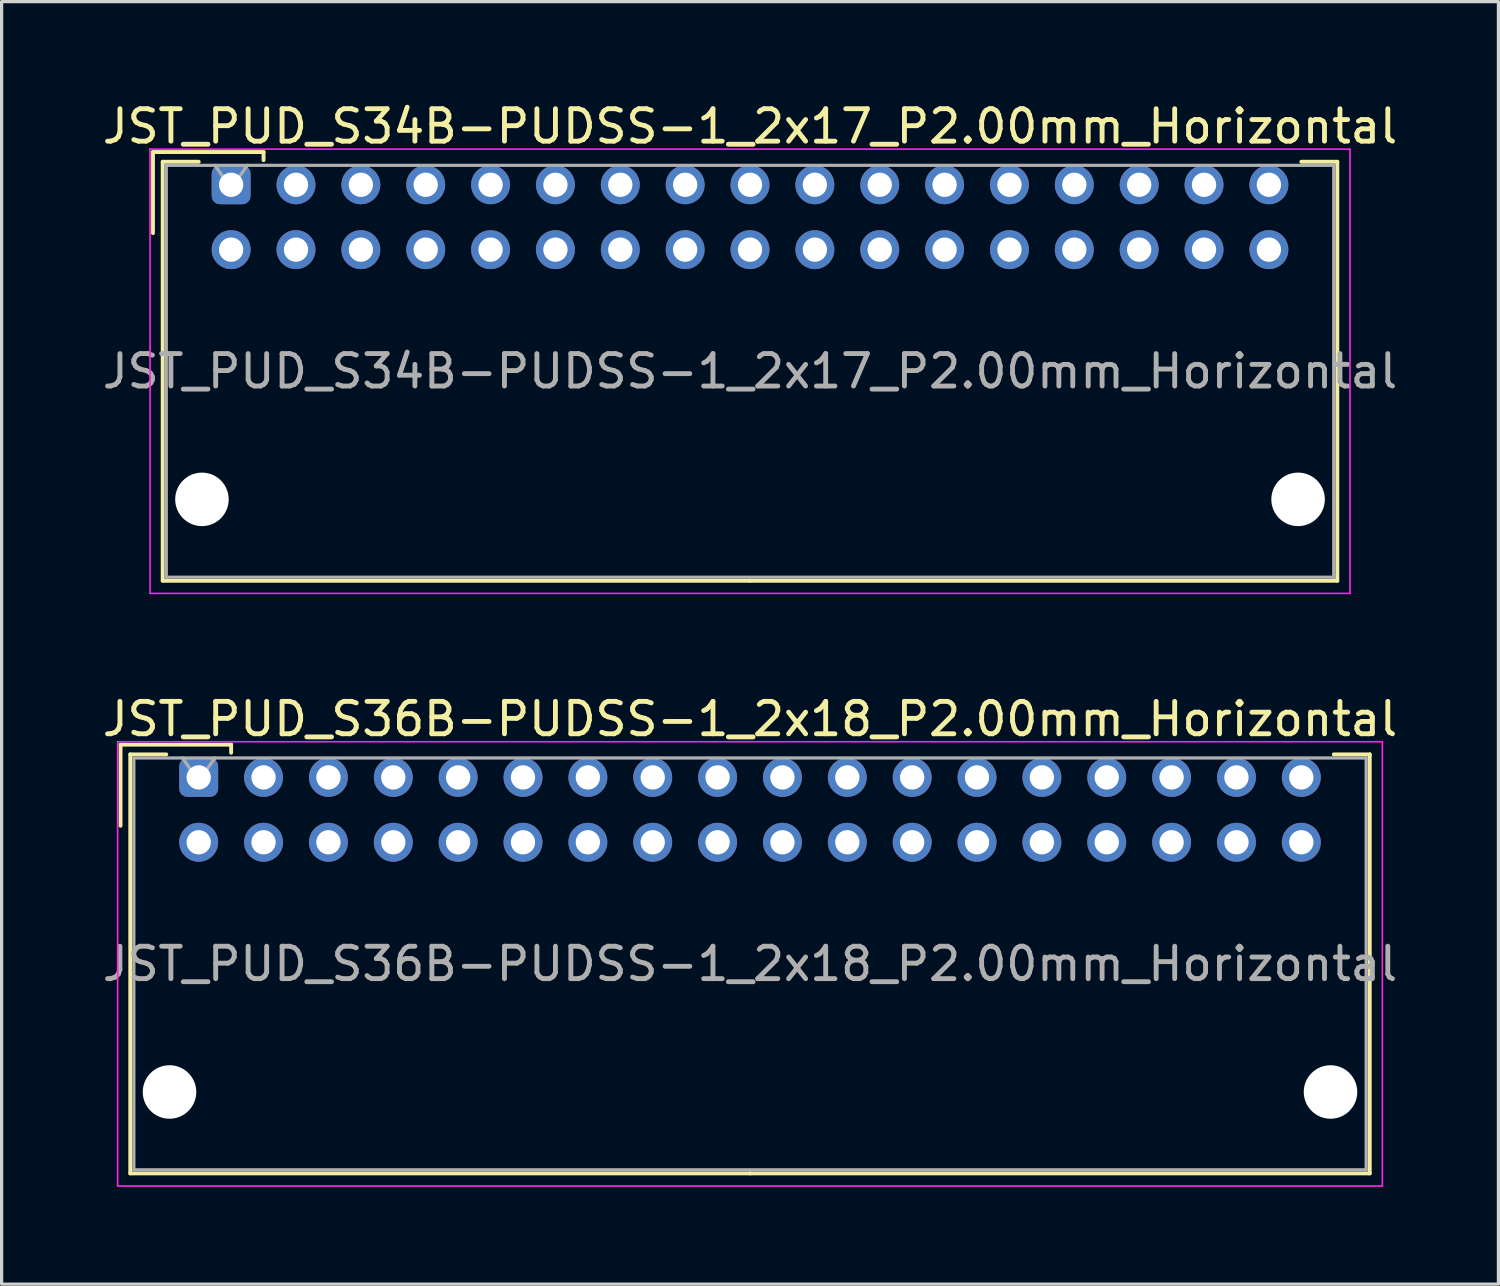
<source format=kicad_pcb>
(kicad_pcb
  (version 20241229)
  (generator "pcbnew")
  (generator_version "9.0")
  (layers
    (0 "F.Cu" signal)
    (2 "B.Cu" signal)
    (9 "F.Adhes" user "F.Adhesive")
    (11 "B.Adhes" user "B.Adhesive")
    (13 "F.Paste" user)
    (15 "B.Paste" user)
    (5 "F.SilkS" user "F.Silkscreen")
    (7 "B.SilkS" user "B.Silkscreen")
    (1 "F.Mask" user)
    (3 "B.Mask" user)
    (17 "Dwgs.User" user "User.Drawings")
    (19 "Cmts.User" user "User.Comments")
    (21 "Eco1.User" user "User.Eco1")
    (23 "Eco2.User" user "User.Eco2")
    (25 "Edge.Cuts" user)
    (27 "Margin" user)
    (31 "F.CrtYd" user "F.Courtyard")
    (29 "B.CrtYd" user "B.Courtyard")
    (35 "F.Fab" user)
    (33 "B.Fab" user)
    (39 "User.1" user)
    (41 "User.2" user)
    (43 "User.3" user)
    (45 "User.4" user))
  (footprint "JST_PUD_S36B-PUDSS-1_2x18_P2.00mm_Horizontal"
    (layer "F.Cu")
    (at 3.077 20.922)
    (property "Reference" "JST_PUD_S36B-PUDSS-1_2x18_P2.00mm_Horizontal" (at 17 -1.8 0) (layer "F.SilkS") (effects (font (size 1 1) (thickness 0.15))))
    (attr through_hole)
    (fp_line (start -2.41 -1.01) (end -2.41 1.49) (stroke (width 0.12) (type solid)) (layer "F.SilkS"))
    (fp_line (start -2.11 -0.71) (end -2.11 12.21) (stroke (width 0.12) (type solid)) (layer "F.SilkS"))
    (fp_line (start -2.11 12.21) (end 17 12.21) (stroke (width 0.12) (type solid)) (layer "F.SilkS"))
    (fp_line (start -1 -0.71) (end -2.11 -0.71) (stroke (width 0.12) (type solid)) (layer "F.SilkS"))
    (fp_line (start 1 -1.01) (end -2.41 -1.01) (stroke (width 0.12) (type solid)) (layer "F.SilkS"))
    (fp_line (start 1 -0.76) (end 1 -1.01) (stroke (width 0.12) (type solid)) (layer "F.SilkS"))
    (fp_line (start 35 -0.71) (end 36.11 -0.71) (stroke (width 0.12) (type solid)) (layer "F.SilkS"))
    (fp_line (start 36.11 -0.71) (end 36.11 12.21) (stroke (width 0.12) (type solid)) (layer "F.SilkS"))
    (fp_line (start 36.11 12.21) (end 17 12.21) (stroke (width 0.12) (type solid)) (layer "F.SilkS"))
    (fp_line (start -2.5 -1.1) (end -2.5 12.6) (stroke (width 0.05) (type solid)) (layer "F.CrtYd"))
    (fp_line (start -2.5 12.6) (end 36.5 12.6) (stroke (width 0.05) (type solid)) (layer "F.CrtYd"))
    (fp_line (start 36.5 -1.1) (end -2.5 -1.1) (stroke (width 0.05) (type solid)) (layer "F.CrtYd"))
    (fp_line (start 36.5 12.6) (end 36.5 -1.1) (stroke (width 0.05) (type solid)) (layer "F.CrtYd"))
    (fp_line (start -2 -0.6) (end -2 12.1) (stroke (width 0.1) (type solid)) (layer "F.Fab"))
    (fp_line (start -2 12.1) (end 36 12.1) (stroke (width 0.1) (type solid)) (layer "F.Fab"))
    (fp_line (start 0 0.107) (end -0.5 -0.6) (stroke (width 0.1) (type solid)) (layer "F.Fab"))
    (fp_line (start 0.5 -0.6) (end 0 0.107) (stroke (width 0.1) (type solid)) (layer "F.Fab"))
    (fp_line (start 36 -0.6) (end -2 -0.6) (stroke (width 0.1) (type solid)) (layer "F.Fab"))
    (fp_line (start 36 12.1) (end 36 -0.6) (stroke (width 0.1) (type solid)) (layer "F.Fab"))
    (fp_text user "${REFERENCE}" (at 17 5.75 0) (layer "F.Fab") (effects (font (size 1 1) (thickness 0.15))))
    (pad "" np_thru_hole circle (at -0.9 9.7) (size 1.65 1.65) (drill 1.65) (layers "*.Cu" "*.Mask"))
    (pad "" np_thru_hole circle (at 34.9 9.7) (size 1.65 1.65) (drill 1.65) (layers "*.Cu" "*.Mask"))
    (pad "1" thru_hole roundrect (at 0 0) (size 1.2 1.2) (drill 0.75) (layers "*.Cu" "*.Mask") (roundrect_rratio 0.208))
    (pad "2" thru_hole circle (at 0 2) (size 1.2 1.2) (drill 0.75) (layers "*.Cu" "*.Mask"))
    (pad "3" thru_hole circle (at 2 0) (size 1.2 1.2) (drill 0.75) (layers "*.Cu" "*.Mask"))
    (pad "4" thru_hole circle (at 2 2) (size 1.2 1.2) (drill 0.75) (layers "*.Cu" "*.Mask"))
    (pad "5" thru_hole circle (at 4 0) (size 1.2 1.2) (drill 0.75) (layers "*.Cu" "*.Mask"))
    (pad "6" thru_hole circle (at 4 2) (size 1.2 1.2) (drill 0.75) (layers "*.Cu" "*.Mask"))
    (pad "7" thru_hole circle (at 6 0) (size 1.2 1.2) (drill 0.75) (layers "*.Cu" "*.Mask"))
    (pad "8" thru_hole circle (at 6 2) (size 1.2 1.2) (drill 0.75) (layers "*.Cu" "*.Mask"))
    (pad "9" thru_hole circle (at 8 0) (size 1.2 1.2) (drill 0.75) (layers "*.Cu" "*.Mask"))
    (pad "10" thru_hole circle (at 8 2) (size 1.2 1.2) (drill 0.75) (layers "*.Cu" "*.Mask"))
    (pad "11" thru_hole circle (at 10 0) (size 1.2 1.2) (drill 0.75) (layers "*.Cu" "*.Mask"))
    (pad "12" thru_hole circle (at 10 2) (size 1.2 1.2) (drill 0.75) (layers "*.Cu" "*.Mask"))
    (pad "13" thru_hole circle (at 12 0) (size 1.2 1.2) (drill 0.75) (layers "*.Cu" "*.Mask"))
    (pad "14" thru_hole circle (at 12 2) (size 1.2 1.2) (drill 0.75) (layers "*.Cu" "*.Mask"))
    (pad "15" thru_hole circle (at 14 0) (size 1.2 1.2) (drill 0.75) (layers "*.Cu" "*.Mask"))
    (pad "16" thru_hole circle (at 14 2) (size 1.2 1.2) (drill 0.75) (layers "*.Cu" "*.Mask"))
    (pad "17" thru_hole circle (at 16 0) (size 1.2 1.2) (drill 0.75) (layers "*.Cu" "*.Mask"))
    (pad "18" thru_hole circle (at 16 2) (size 1.2 1.2) (drill 0.75) (layers "*.Cu" "*.Mask"))
    (pad "19" thru_hole circle (at 18 0) (size 1.2 1.2) (drill 0.75) (layers "*.Cu" "*.Mask"))
    (pad "20" thru_hole circle (at 18 2) (size 1.2 1.2) (drill 0.75) (layers "*.Cu" "*.Mask"))
    (pad "21" thru_hole circle (at 20 0) (size 1.2 1.2) (drill 0.75) (layers "*.Cu" "*.Mask"))
    (pad "22" thru_hole circle (at 20 2) (size 1.2 1.2) (drill 0.75) (layers "*.Cu" "*.Mask"))
    (pad "23" thru_hole circle (at 22 0) (size 1.2 1.2) (drill 0.75) (layers "*.Cu" "*.Mask"))
    (pad "24" thru_hole circle (at 22 2) (size 1.2 1.2) (drill 0.75) (layers "*.Cu" "*.Mask"))
    (pad "25" thru_hole circle (at 24 0) (size 1.2 1.2) (drill 0.75) (layers "*.Cu" "*.Mask"))
    (pad "26" thru_hole circle (at 24 2) (size 1.2 1.2) (drill 0.75) (layers "*.Cu" "*.Mask"))
    (pad "27" thru_hole circle (at 26 0) (size 1.2 1.2) (drill 0.75) (layers "*.Cu" "*.Mask"))
    (pad "28" thru_hole circle (at 26 2) (size 1.2 1.2) (drill 0.75) (layers "*.Cu" "*.Mask"))
    (pad "29" thru_hole circle (at 28 0) (size 1.2 1.2) (drill 0.75) (layers "*.Cu" "*.Mask"))
    (pad "30" thru_hole circle (at 28 2) (size 1.2 1.2) (drill 0.75) (layers "*.Cu" "*.Mask"))
    (pad "31" thru_hole circle (at 30 0) (size 1.2 1.2) (drill 0.75) (layers "*.Cu" "*.Mask"))
    (pad "32" thru_hole circle (at 30 2) (size 1.2 1.2) (drill 0.75) (layers "*.Cu" "*.Mask"))
    (pad "33" thru_hole circle (at 32 0) (size 1.2 1.2) (drill 0.75) (layers "*.Cu" "*.Mask"))
    (pad "34" thru_hole circle (at 32 2) (size 1.2 1.2) (drill 0.75) (layers "*.Cu" "*.Mask"))
    (pad "35" thru_hole circle (at 34 0) (size 1.2 1.2) (drill 0.75) (layers "*.Cu" "*.Mask"))
    (pad "36" thru_hole circle (at 34 2) (size 1.2 1.2) (drill 0.75) (layers "*.Cu" "*.Mask")))
  (footprint "JST_PUD_S34B-PUDSS-1_2x17_P2.00mm_Horizontal"
    (layer "F.Cu")
    (at 4.077 2.648)
    (property "Reference" "JST_PUD_S34B-PUDSS-1_2x17_P2.00mm_Horizontal" (at 16 -1.8 0) (layer "F.SilkS") (effects (font (size 1 1) (thickness 0.15))))
    (attr through_hole)
    (fp_line (start -2.41 -1.01) (end -2.41 1.49) (stroke (width 0.12) (type solid)) (layer "F.SilkS"))
    (fp_line (start -2.11 -0.71) (end -2.11 12.21) (stroke (width 0.12) (type solid)) (layer "F.SilkS"))
    (fp_line (start -2.11 12.21) (end 16 12.21) (stroke (width 0.12) (type solid)) (layer "F.SilkS"))
    (fp_line (start -1 -0.71) (end -2.11 -0.71) (stroke (width 0.12) (type solid)) (layer "F.SilkS"))
    (fp_line (start 1 -1.01) (end -2.41 -1.01) (stroke (width 0.12) (type solid)) (layer "F.SilkS"))
    (fp_line (start 1 -0.76) (end 1 -1.01) (stroke (width 0.12) (type solid)) (layer "F.SilkS"))
    (fp_line (start 33 -0.71) (end 34.11 -0.71) (stroke (width 0.12) (type solid)) (layer "F.SilkS"))
    (fp_line (start 34.11 -0.71) (end 34.11 12.21) (stroke (width 0.12) (type solid)) (layer "F.SilkS"))
    (fp_line (start 34.11 12.21) (end 16 12.21) (stroke (width 0.12) (type solid)) (layer "F.SilkS"))
    (fp_line (start -2.5 -1.1) (end -2.5 12.6) (stroke (width 0.05) (type solid)) (layer "F.CrtYd"))
    (fp_line (start -2.5 12.6) (end 34.5 12.6) (stroke (width 0.05) (type solid)) (layer "F.CrtYd"))
    (fp_line (start 34.5 -1.1) (end -2.5 -1.1) (stroke (width 0.05) (type solid)) (layer "F.CrtYd"))
    (fp_line (start 34.5 12.6) (end 34.5 -1.1) (stroke (width 0.05) (type solid)) (layer "F.CrtYd"))
    (fp_line (start -2 -0.6) (end -2 12.1) (stroke (width 0.1) (type solid)) (layer "F.Fab"))
    (fp_line (start -2 12.1) (end 34 12.1) (stroke (width 0.1) (type solid)) (layer "F.Fab"))
    (fp_line (start 0 0.107) (end -0.5 -0.6) (stroke (width 0.1) (type solid)) (layer "F.Fab"))
    (fp_line (start 0.5 -0.6) (end 0 0.107) (stroke (width 0.1) (type solid)) (layer "F.Fab"))
    (fp_line (start 34 -0.6) (end -2 -0.6) (stroke (width 0.1) (type solid)) (layer "F.Fab"))
    (fp_line (start 34 12.1) (end 34 -0.6) (stroke (width 0.1) (type solid)) (layer "F.Fab"))
    (fp_text user "${REFERENCE}" (at 16 5.75 0) (layer "F.Fab") (effects (font (size 1 1) (thickness 0.15))))
    (pad "" np_thru_hole circle (at -0.9 9.7) (size 1.65 1.65) (drill 1.65) (layers "*.Cu" "*.Mask"))
    (pad "" np_thru_hole circle (at 32.9 9.7) (size 1.65 1.65) (drill 1.65) (layers "*.Cu" "*.Mask"))
    (pad "1" thru_hole roundrect (at 0 0) (size 1.2 1.2) (drill 0.75) (layers "*.Cu" "*.Mask") (roundrect_rratio 0.208))
    (pad "2" thru_hole circle (at 0 2) (size 1.2 1.2) (drill 0.75) (layers "*.Cu" "*.Mask"))
    (pad "3" thru_hole circle (at 2 0) (size 1.2 1.2) (drill 0.75) (layers "*.Cu" "*.Mask"))
    (pad "4" thru_hole circle (at 2 2) (size 1.2 1.2) (drill 0.75) (layers "*.Cu" "*.Mask"))
    (pad "5" thru_hole circle (at 4 0) (size 1.2 1.2) (drill 0.75) (layers "*.Cu" "*.Mask"))
    (pad "6" thru_hole circle (at 4 2) (size 1.2 1.2) (drill 0.75) (layers "*.Cu" "*.Mask"))
    (pad "7" thru_hole circle (at 6 0) (size 1.2 1.2) (drill 0.75) (layers "*.Cu" "*.Mask"))
    (pad "8" thru_hole circle (at 6 2) (size 1.2 1.2) (drill 0.75) (layers "*.Cu" "*.Mask"))
    (pad "9" thru_hole circle (at 8 0) (size 1.2 1.2) (drill 0.75) (layers "*.Cu" "*.Mask"))
    (pad "10" thru_hole circle (at 8 2) (size 1.2 1.2) (drill 0.75) (layers "*.Cu" "*.Mask"))
    (pad "11" thru_hole circle (at 10 0) (size 1.2 1.2) (drill 0.75) (layers "*.Cu" "*.Mask"))
    (pad "12" thru_hole circle (at 10 2) (size 1.2 1.2) (drill 0.75) (layers "*.Cu" "*.Mask"))
    (pad "13" thru_hole circle (at 12 0) (size 1.2 1.2) (drill 0.75) (layers "*.Cu" "*.Mask"))
    (pad "14" thru_hole circle (at 12 2) (size 1.2 1.2) (drill 0.75) (layers "*.Cu" "*.Mask"))
    (pad "15" thru_hole circle (at 14 0) (size 1.2 1.2) (drill 0.75) (layers "*.Cu" "*.Mask"))
    (pad "16" thru_hole circle (at 14 2) (size 1.2 1.2) (drill 0.75) (layers "*.Cu" "*.Mask"))
    (pad "17" thru_hole circle (at 16 0) (size 1.2 1.2) (drill 0.75) (layers "*.Cu" "*.Mask"))
    (pad "18" thru_hole circle (at 16 2) (size 1.2 1.2) (drill 0.75) (layers "*.Cu" "*.Mask"))
    (pad "19" thru_hole circle (at 18 0) (size 1.2 1.2) (drill 0.75) (layers "*.Cu" "*.Mask"))
    (pad "20" thru_hole circle (at 18 2) (size 1.2 1.2) (drill 0.75) (layers "*.Cu" "*.Mask"))
    (pad "21" thru_hole circle (at 20 0) (size 1.2 1.2) (drill 0.75) (layers "*.Cu" "*.Mask"))
    (pad "22" thru_hole circle (at 20 2) (size 1.2 1.2) (drill 0.75) (layers "*.Cu" "*.Mask"))
    (pad "23" thru_hole circle (at 22 0) (size 1.2 1.2) (drill 0.75) (layers "*.Cu" "*.Mask"))
    (pad "24" thru_hole circle (at 22 2) (size 1.2 1.2) (drill 0.75) (layers "*.Cu" "*.Mask"))
    (pad "25" thru_hole circle (at 24 0) (size 1.2 1.2) (drill 0.75) (layers "*.Cu" "*.Mask"))
    (pad "26" thru_hole circle (at 24 2) (size 1.2 1.2) (drill 0.75) (layers "*.Cu" "*.Mask"))
    (pad "27" thru_hole circle (at 26 0) (size 1.2 1.2) (drill 0.75) (layers "*.Cu" "*.Mask"))
    (pad "28" thru_hole circle (at 26 2) (size 1.2 1.2) (drill 0.75) (layers "*.Cu" "*.Mask"))
    (pad "29" thru_hole circle (at 28 0) (size 1.2 1.2) (drill 0.75) (layers "*.Cu" "*.Mask"))
    (pad "30" thru_hole circle (at 28 2) (size 1.2 1.2) (drill 0.75) (layers "*.Cu" "*.Mask"))
    (pad "31" thru_hole circle (at 30 0) (size 1.2 1.2) (drill 0.75) (layers "*.Cu" "*.Mask"))
    (pad "32" thru_hole circle (at 30 2) (size 1.2 1.2) (drill 0.75) (layers "*.Cu" "*.Mask"))
    (pad "33" thru_hole circle (at 32 0) (size 1.2 1.2) (drill 0.75) (layers "*.Cu" "*.Mask"))
    (pad "34" thru_hole circle (at 32 2) (size 1.2 1.2) (drill 0.75) (layers "*.Cu" "*.Mask")))
  (gr_rect
    (start -3 -3)
    (end 43.155 36.547)
    (stroke (width 0.1) (type default))
    (fill no)
    (layer "Edge.Cuts")))
</source>
